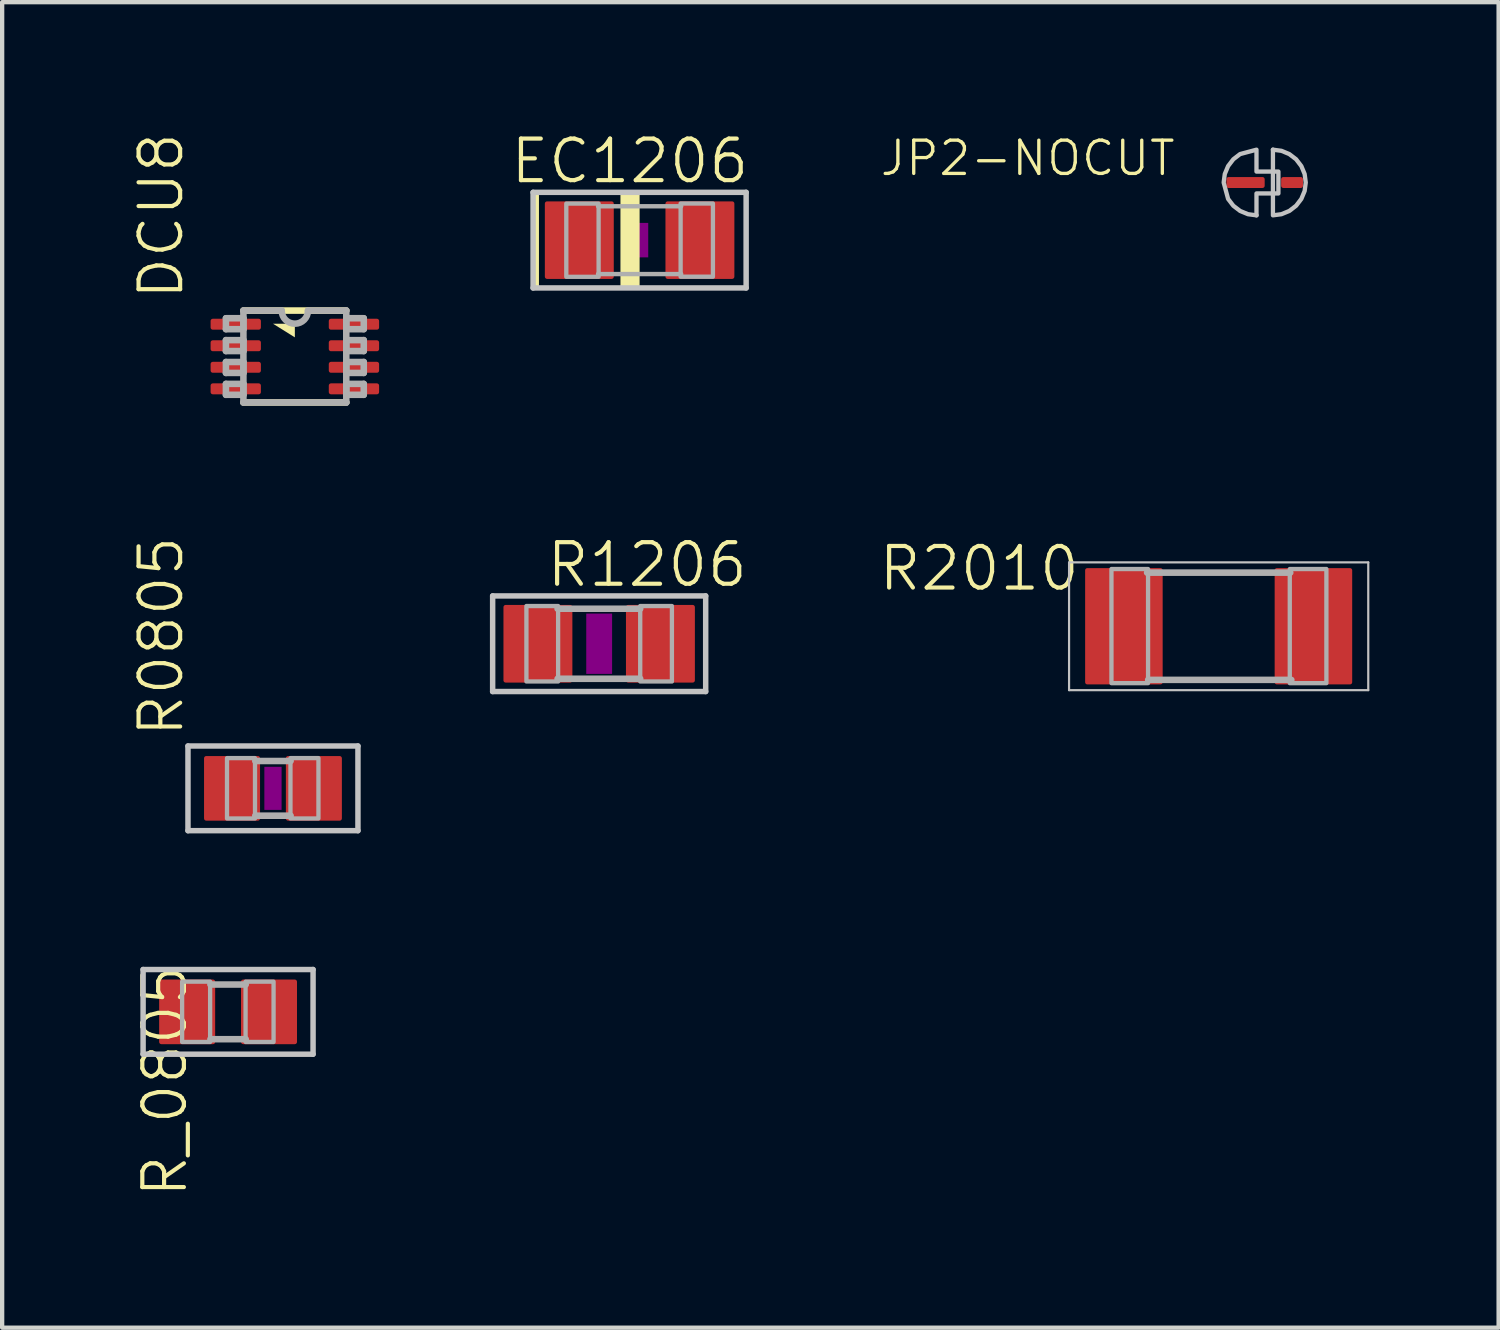
<source format=kicad_pcb>
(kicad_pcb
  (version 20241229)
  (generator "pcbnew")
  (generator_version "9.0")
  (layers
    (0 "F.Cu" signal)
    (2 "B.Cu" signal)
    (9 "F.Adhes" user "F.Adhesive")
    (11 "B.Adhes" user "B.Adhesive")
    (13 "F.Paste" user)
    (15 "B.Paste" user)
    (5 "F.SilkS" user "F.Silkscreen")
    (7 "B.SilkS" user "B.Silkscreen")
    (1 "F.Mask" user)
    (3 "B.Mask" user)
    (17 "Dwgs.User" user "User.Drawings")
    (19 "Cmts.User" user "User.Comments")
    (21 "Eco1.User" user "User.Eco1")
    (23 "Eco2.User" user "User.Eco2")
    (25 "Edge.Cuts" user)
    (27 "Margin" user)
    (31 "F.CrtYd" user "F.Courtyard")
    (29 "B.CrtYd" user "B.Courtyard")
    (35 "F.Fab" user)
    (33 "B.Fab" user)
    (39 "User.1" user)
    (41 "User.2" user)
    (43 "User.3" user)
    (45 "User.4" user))
  (footprint "DCU8"
    (layer "F.Cu")
    (at 3.795 5.227)
    (property "Reference" "DCU8" (at -2.54 -1.27 270) (layer "F.SilkS") (effects (font (size 0.965 0.965) (thickness 0.097)) (justify left bottom)))
    (attr through_hole)
    (fp_line (start -1.194 1.067) (end 1.194 1.067) (stroke (width 0.152) (type solid)) (layer "F.SilkS"))
    (fp_line (start 1.194 -1.067) (end -1.194 -1.067) (stroke (width 0.152) (type solid)) (layer "F.SilkS"))
    (fp_poly (pts (xy -0.508 -0.762) (xy 0 -0.762) (xy 0 -0.445)) (stroke (width 0) (type solid)) (fill yes) (layer "F.SilkS"))
    (fp_line (start -1.6 -0.889) (end -1.6 -0.635) (stroke (width 0.152) (type solid)) (layer "F.Fab"))
    (fp_line (start -1.6 -0.635) (end -1.194 -0.635) (stroke (width 0.152) (type solid)) (layer "F.Fab"))
    (fp_line (start -1.6 -0.381) (end -1.6 -0.127) (stroke (width 0.152) (type solid)) (layer "F.Fab"))
    (fp_line (start -1.6 -0.127) (end -1.194 -0.127) (stroke (width 0.152) (type solid)) (layer "F.Fab"))
    (fp_line (start -1.6 0.127) (end -1.6 0.381) (stroke (width 0.152) (type solid)) (layer "F.Fab"))
    (fp_line (start -1.6 0.381) (end -1.194 0.381) (stroke (width 0.152) (type solid)) (layer "F.Fab"))
    (fp_line (start -1.6 0.635) (end -1.6 0.889) (stroke (width 0.152) (type solid)) (layer "F.Fab"))
    (fp_line (start -1.6 0.889) (end -1.194 0.889) (stroke (width 0.152) (type solid)) (layer "F.Fab"))
    (fp_line (start -1.194 -1.067) (end -1.194 1.067) (stroke (width 0.152) (type solid)) (layer "F.Fab"))
    (fp_line (start -1.194 -0.889) (end -1.6 -0.889) (stroke (width 0.152) (type solid)) (layer "F.Fab"))
    (fp_line (start -1.194 -0.635) (end -1.194 -0.889) (stroke (width 0.152) (type solid)) (layer "F.Fab"))
    (fp_line (start -1.194 -0.381) (end -1.6 -0.381) (stroke (width 0.152) (type solid)) (layer "F.Fab"))
    (fp_line (start -1.194 -0.127) (end -1.194 -0.381) (stroke (width 0.152) (type solid)) (layer "F.Fab"))
    (fp_line (start -1.194 0.127) (end -1.6 0.127) (stroke (width 0.152) (type solid)) (layer "F.Fab"))
    (fp_line (start -1.194 0.381) (end -1.194 0.127) (stroke (width 0.152) (type solid)) (layer "F.Fab"))
    (fp_line (start -1.194 0.635) (end -1.6 0.635) (stroke (width 0.152) (type solid)) (layer "F.Fab"))
    (fp_line (start -1.194 0.889) (end -1.194 0.635) (stroke (width 0.152) (type solid)) (layer "F.Fab"))
    (fp_line (start -1.194 1.067) (end 1.194 1.067) (stroke (width 0.152) (type solid)) (layer "F.Fab"))
    (fp_line (start -0.305 -1.067) (end -1.194 -1.067) (stroke (width 0.152) (type solid)) (layer "F.Fab"))
    (fp_line (start 1.194 -1.067) (end 0.305 -1.067) (stroke (width 0.152) (type solid)) (layer "F.Fab"))
    (fp_line (start 1.194 -0.889) (end 1.194 -0.635) (stroke (width 0.152) (type solid)) (layer "F.Fab"))
    (fp_line (start 1.194 -0.635) (end 1.6 -0.635) (stroke (width 0.152) (type solid)) (layer "F.Fab"))
    (fp_line (start 1.194 -0.381) (end 1.194 -0.127) (stroke (width 0.152) (type solid)) (layer "F.Fab"))
    (fp_line (start 1.194 -0.127) (end 1.6 -0.127) (stroke (width 0.152) (type solid)) (layer "F.Fab"))
    (fp_line (start 1.194 0.127) (end 1.194 0.381) (stroke (width 0.152) (type solid)) (layer "F.Fab"))
    (fp_line (start 1.194 0.381) (end 1.6 0.381) (stroke (width 0.152) (type solid)) (layer "F.Fab"))
    (fp_line (start 1.194 0.635) (end 1.194 0.889) (stroke (width 0.152) (type solid)) (layer "F.Fab"))
    (fp_line (start 1.194 0.889) (end 1.6 0.889) (stroke (width 0.152) (type solid)) (layer "F.Fab"))
    (fp_line (start 1.194 1.067) (end 1.194 -1.067) (stroke (width 0.152) (type solid)) (layer "F.Fab"))
    (fp_line (start 1.6 -0.889) (end 1.194 -0.889) (stroke (width 0.152) (type solid)) (layer "F.Fab"))
    (fp_line (start 1.6 -0.635) (end 1.6 -0.889) (stroke (width 0.152) (type solid)) (layer "F.Fab"))
    (fp_line (start 1.6 -0.381) (end 1.194 -0.381) (stroke (width 0.152) (type solid)) (layer "F.Fab"))
    (fp_line (start 1.6 -0.127) (end 1.6 -0.381) (stroke (width 0.152) (type solid)) (layer "F.Fab"))
    (fp_line (start 1.6 0.127) (end 1.194 0.127) (stroke (width 0.152) (type solid)) (layer "F.Fab"))
    (fp_line (start 1.6 0.381) (end 1.6 0.127) (stroke (width 0.152) (type solid)) (layer "F.Fab"))
    (fp_line (start 1.6 0.635) (end 1.194 0.635) (stroke (width 0.152) (type solid)) (layer "F.Fab"))
    (fp_line (start 1.6 0.889) (end 1.6 0.635) (stroke (width 0.152) (type solid)) (layer "F.Fab"))
    (fp_arc (start 0.3048 -1.0668) (mid 0 -0.762) (end -0.3048 -1.0668) (stroke (width 0.1524) (type solid)) (layer "F.Fab"))
    (pad "1" smd roundrect (at -1.372 -0.75) (size 1.168 0.254) (layers "F.Cu" "F.Mask" "F.Paste") (roundrect_rratio 0.2))
    (pad "2" smd roundrect (at -1.372 -0.25) (size 1.168 0.254) (layers "F.Cu" "F.Mask" "F.Paste") (roundrect_rratio 0.2))
    (pad "3" smd roundrect (at -1.372 0.25) (size 1.168 0.254) (layers "F.Cu" "F.Mask" "F.Paste") (roundrect_rratio 0.2))
    (pad "4" smd roundrect (at -1.372 0.75) (size 1.168 0.254) (layers "F.Cu" "F.Mask" "F.Paste") (roundrect_rratio 0.2))
    (pad "5" smd roundrect (at 1.372 0.75) (size 1.168 0.254) (layers "F.Cu" "F.Mask" "F.Paste") (roundrect_rratio 0.2))
    (pad "6" smd roundrect (at 1.372 0.25) (size 1.168 0.254) (layers "F.Cu" "F.Mask" "F.Paste") (roundrect_rratio 0.2))
    (pad "7" smd roundrect (at 1.372 -0.25) (size 1.168 0.254) (layers "F.Cu" "F.Mask" "F.Paste") (roundrect_rratio 0.2))
    (pad "8" smd roundrect (at 1.372 -0.75) (size 1.168 0.254) (layers "F.Cu" "F.Mask" "F.Paste") (roundrect_rratio 0.2)))
  (footprint "R0805"
    (layer "F.Cu")
    (at 3.287 15.252)
    (property "Reference" "R0805" (at -2.032 -1.143 90) (layer "F.SilkS") (effects (font (size 0.965 0.965) (thickness 0.097)) (justify left bottom)))
    (attr through_hole)
    (fp_poly (pts (xy -0.2 0.5) (xy 0.2 0.5) (xy 0.2 -0.5) (xy -0.2 -0.5)) (stroke (width 0) (type solid)) (fill yes) (layer "F.Adhes"))
    (fp_line (start -1.973 -0.983) (end 1.973 -0.983) (stroke (width 0.127) (type solid)) (layer "Dwgs.User"))
    (fp_line (start -1.973 0.983) (end -1.973 -0.983) (stroke (width 0.127) (type solid)) (layer "Dwgs.User"))
    (fp_line (start 1.973 -0.983) (end 1.973 0.983) (stroke (width 0.127) (type solid)) (layer "Dwgs.User"))
    (fp_line (start 1.973 0.983) (end -1.973 0.983) (stroke (width 0.127) (type solid)) (layer "Dwgs.User"))
    (fp_line (start -0.41 -0.635) (end 0.41 -0.635) (stroke (width 0.152) (type solid)) (layer "F.Fab"))
    (fp_line (start -0.41 0.635) (end 0.41 0.635) (stroke (width 0.152) (type solid)) (layer "F.Fab"))
    (fp_poly (pts (xy -1.067 0.699) (xy -0.417 0.699) (xy -0.417 -0.702) (xy -1.067 -0.702)) (stroke (width 0.1) (type solid)) (fill no) (layer "F.Fab"))
    (fp_poly (pts (xy 0.406 0.699) (xy 1.056 0.699) (xy 1.056 -0.702) (xy 0.406 -0.702)) (stroke (width 0.1) (type solid)) (fill no) (layer "F.Fab"))
    (pad "1" smd roundrect (at -0.95 0) (size 1.3 1.5) (layers "F.Cu" "F.Mask" "F.Paste") (roundrect_rratio 0.039))
    (pad "2" smd roundrect (at 0.95 0) (size 1.3 1.5) (layers "F.Cu" "F.Mask" "F.Paste") (roundrect_rratio 0.039)))
  (footprint "JP2-NOCUT"
    (layer "F.Cu")
    (at 26.311 1.187)
    (property "Reference" "JP2-NOCUT" (at -2.032 -1.016 0) (layer "F.SilkS") (effects (font (size 0.772 0.772) (thickness 0.077)) (justify right top)))
    (attr through_hole)
    (fp_poly (pts (xy 0 -0.889) (xy -0.191 -0.889) (xy -0.19 -0.889) (xy -0.421 -0.859) (xy -0.635 -0.77) (xy -0.819 -0.629) (xy -0.96 -0.445) (xy -1.049 -0.23) (xy -1.079 0) (xy -1.079 -0.000001) (xy -1.049 0.23) (xy -0.96 0.445) (xy -0.819 0.629) (xy -0.635 0.77) (xy -0.191 0.889) (xy 0 0.889)) (stroke (width 0) (type solid)) (fill yes) (layer "F.Mask"))
    (fp_poly (pts (xy 0 0.889) (xy 0.191 0.889) (xy 0.19 0.889) (xy 0.421 0.859) (xy 0.635 0.77) (xy 0.819 0.629) (xy 0.96 0.445) (xy 1.049 0.23) (xy 1.079 0) (xy 1.079 0.000001) (xy 1.049 -0.23) (xy 0.96 -0.445) (xy 0.819 -0.629) (xy 0.635 -0.77) (xy 0.421 -0.859) (xy 0.191 -0.889) (xy 0 -0.889)) (stroke (width 0) (type solid)) (fill yes) (layer "F.Mask"))
    (fp_poly (pts (xy 0.191 0.762) (xy 0.191 -0.762) (xy 0.19 -0.762) (xy 0.388 -0.736) (xy 0.571 -0.66) (xy 0.729 -0.539) (xy 0.85 -0.381) (xy 0.927 -0.197) (xy 0.953 0) (xy 0.953 -0.000001) (xy 0.927 0.197) (xy 0.85 0.381) (xy 0.729 0.539) (xy 0.572 0.66) (xy 0.388 0.736)) (stroke (width 0.1) (type solid)) (fill no) (layer "Dwgs.User"))
    (fp_poly (pts (xy -0.191 -0.762) (xy -0.191 -0.254) (xy 0.318 -0.254) (xy 0.318 0.254) (xy -0.191 0.254) (xy -0.191 0.762) (xy -0.19 0.762) (xy -0.388 0.736) (xy -0.571 0.66) (xy -0.729 0.539) (xy -0.85 0.381) (xy -0.953 0) (xy -0.953 0.000001) (xy -0.927 -0.197) (xy -0.85 -0.381) (xy -0.729 -0.539) (xy -0.572 -0.66)) (stroke (width 0.1) (type solid)) (fill no) (layer "Dwgs.User"))
    (pad "1" smd roundrect (at -0.445 0) (size 0.889 0.254) (layers "F.Cu" "F.Mask") (roundrect_rratio 0.2))
    (pad "2" smd roundrect (at 0.635 0) (size 0.508 0.254) (layers "F.Cu" "F.Mask") (roundrect_rratio 0.2)))
  (footprint "EC1206"
    (layer "F.Cu")
    (at 11.799 2.525)
    (property "Reference" "EC1206" (at -3.048 -1.27 0) (layer "F.SilkS") (effects (font (size 0.965 0.965) (thickness 0.097)) (justify left bottom)))
    (attr through_hole)
    (fp_poly (pts (xy -2.489 1.143) (xy -2.337 1.143) (xy -2.337 -1.143) (xy -2.489 -1.143)) (stroke (width 0) (type solid)) (fill yes) (layer "F.SilkS"))
    (fp_poly (pts (xy -0.445 1.143) (xy 0 1.143) (xy 0 -1.143) (xy -0.445 -1.143)) (stroke (width 0) (type solid)) (fill yes) (layer "F.SilkS"))
    (fp_poly (pts (xy -0.2 0.4) (xy 0.2 0.4) (xy 0.2 -0.4) (xy -0.2 -0.4)) (stroke (width 0) (type solid)) (fill yes) (layer "F.Adhes"))
    (fp_line (start -2.473 -1.11) (end 2.473 -1.11) (stroke (width 0.127) (type solid)) (layer "Dwgs.User"))
    (fp_line (start -2.473 1.11) (end -2.473 -1.11) (stroke (width 0.127) (type solid)) (layer "Dwgs.User"))
    (fp_line (start 2.473 -1.11) (end 2.473 1.11) (stroke (width 0.127) (type solid)) (layer "Dwgs.User"))
    (fp_line (start 2.473 1.11) (end -2.473 1.11) (stroke (width 0.127) (type solid)) (layer "Dwgs.User"))
    (fp_line (start -0.965 -0.787) (end 0.965 -0.787) (stroke (width 0.102) (type solid)) (layer "F.Fab"))
    (fp_line (start -0.965 0.787) (end 0.965 0.787) (stroke (width 0.102) (type solid)) (layer "F.Fab"))
    (fp_poly (pts (xy -1.702 0.851) (xy -0.952 0.851) (xy -0.952 -0.849) (xy -1.702 -0.849)) (stroke (width 0.1) (type solid)) (fill no) (layer "F.Fab"))
    (fp_poly (pts (xy 0.952 0.849) (xy 1.702 0.849) (xy 1.702 -0.851) (xy 0.952 -0.851)) (stroke (width 0.1) (type solid)) (fill no) (layer "F.Fab"))
    (pad "+" smd roundrect (at -1.4 0) (size 1.6 1.8) (layers "F.Cu" "F.Mask" "F.Paste") (roundrect_rratio 0.032))
    (pad "-" smd roundrect (at 1.4 0) (size 1.6 1.8) (layers "F.Cu" "F.Mask" "F.Paste") (roundrect_rratio 0.032)))
  (footprint "R_0805"
    (layer "F.Cu")
    (at 2.245 20.441)
    (property "Reference" "R_0805" (at -2.032 -1.143 270) (layer "F.SilkS") (effects (font (size 0.965 0.965) (thickness 0.097)) (justify right top)))
    (attr through_hole)
    (fp_line (start -1.973 -0.983) (end 1.973 -0.983) (stroke (width 0.127) (type solid)) (layer "Dwgs.User"))
    (fp_line (start -1.973 0.983) (end -1.973 -0.983) (stroke (width 0.127) (type solid)) (layer "Dwgs.User"))
    (fp_line (start 1.973 -0.983) (end 1.973 0.983) (stroke (width 0.127) (type solid)) (layer "Dwgs.User"))
    (fp_line (start 1.973 0.983) (end -1.973 0.983) (stroke (width 0.127) (type solid)) (layer "Dwgs.User"))
    (fp_line (start -0.41 -0.635) (end 0.41 -0.635) (stroke (width 0.152) (type solid)) (layer "F.Fab"))
    (fp_line (start -0.41 0.635) (end 0.41 0.635) (stroke (width 0.152) (type solid)) (layer "F.Fab"))
    (fp_poly (pts (xy -1.067 0.699) (xy -0.417 0.699) (xy -0.417 -0.702) (xy -1.067 -0.702)) (stroke (width 0.1) (type solid)) (fill no) (layer "F.Fab"))
    (fp_poly (pts (xy 0.406 0.699) (xy 1.056 0.699) (xy 1.056 -0.702) (xy 0.406 -0.702)) (stroke (width 0.1) (type solid)) (fill no) (layer "F.Fab"))
    (pad "1" smd roundrect (at -0.95 0) (size 1.3 1.5) (layers "F.Cu" "F.Mask" "F.Paste") (roundrect_rratio 0.039))
    (pad "2" smd roundrect (at 0.95 0) (size 1.3 1.5) (layers "F.Cu" "F.Mask" "F.Paste") (roundrect_rratio 0.039)))
  (footprint "R1206"
    (layer "F.Cu")
    (at 10.86 11.895)
    (property "Reference" "R1206" (at -1.27 -1.27 0) (layer "F.SilkS") (effects (font (size 0.965 0.965) (thickness 0.097)) (justify left bottom)))
    (attr through_hole)
    (fp_poly (pts (xy -0.3 0.7) (xy 0.3 0.7) (xy 0.3 -0.7) (xy -0.3 -0.7)) (stroke (width 0) (type solid)) (fill yes) (layer "F.Adhes"))
    (fp_line (start -2.473 -1.11) (end 2.473 -1.11) (stroke (width 0.127) (type solid)) (layer "Dwgs.User"))
    (fp_line (start -2.473 1.11) (end -2.473 -1.11) (stroke (width 0.127) (type solid)) (layer "Dwgs.User"))
    (fp_line (start 2.473 -1.11) (end 2.473 1.11) (stroke (width 0.127) (type solid)) (layer "Dwgs.User"))
    (fp_line (start 2.473 1.11) (end -2.473 1.11) (stroke (width 0.127) (type solid)) (layer "Dwgs.User"))
    (fp_line (start 0.953 -0.813) (end -0.965 -0.813) (stroke (width 0.152) (type solid)) (layer "F.Fab"))
    (fp_line (start 0.953 0.813) (end -0.965 0.813) (stroke (width 0.152) (type solid)) (layer "F.Fab"))
    (fp_poly (pts (xy -1.689 0.876) (xy -0.953 0.876) (xy -0.953 -0.876) (xy -1.689 -0.876)) (stroke (width 0.1) (type solid)) (fill no) (layer "F.Fab"))
    (fp_poly (pts (xy 0.953 0.876) (xy 1.689 0.876) (xy 1.689 -0.876) (xy 0.953 -0.876)) (stroke (width 0.1) (type solid)) (fill no) (layer "F.Fab"))
    (pad "1" smd roundrect (at -1.422 0) (size 1.6 1.803) (layers "F.Cu" "F.Mask" "F.Paste") (roundrect_rratio 0.032))
    (pad "2" smd roundrect (at 1.422 0) (size 1.6 1.803) (layers "F.Cu" "F.Mask" "F.Paste") (roundrect_rratio 0.032)))
  (footprint "R2010"
    (layer "F.Cu")
    (at 25.242 11.489)
    (property "Reference" "R2010" (at -3.175 -1.905 0) (layer "F.SilkS") (effects (font (size 0.965 0.965) (thickness 0.097)) (justify right top)))
    (attr through_hole)
    (fp_line (start -3.473 -1.483) (end 3.473 -1.483) (stroke (width 0.051) (type solid)) (layer "Dwgs.User"))
    (fp_line (start -3.473 1.483) (end -3.473 -1.483) (stroke (width 0.051) (type solid)) (layer "Dwgs.User"))
    (fp_line (start 3.473 -1.483) (end 3.473 1.483) (stroke (width 0.051) (type solid)) (layer "Dwgs.User"))
    (fp_line (start 3.473 1.483) (end -3.473 1.483) (stroke (width 0.051) (type solid)) (layer "Dwgs.User"))
    (fp_line (start -1.662 -1.245) (end 1.662 -1.245) (stroke (width 0.152) (type solid)) (layer "F.Fab"))
    (fp_line (start -1.637 1.245) (end 1.687 1.245) (stroke (width 0.152) (type solid)) (layer "F.Fab"))
    (fp_poly (pts (xy -2.489 1.321) (xy -1.639 1.321) (xy -1.639 -1.329) (xy -2.489 -1.329)) (stroke (width 0.1) (type solid)) (fill no) (layer "F.Fab"))
    (fp_poly (pts (xy 1.651 1.321) (xy 2.501 1.321) (xy 2.501 -1.329) (xy 1.651 -1.329)) (stroke (width 0.1) (type solid)) (fill no) (layer "F.Fab"))
    (pad "1" smd roundrect (at -2.2 0) (size 1.8 2.7) (layers "F.Cu" "F.Mask" "F.Paste") (roundrect_rratio 0.028))
    (pad "2" smd roundrect (at 2.2 0) (size 1.8 2.7) (layers "F.Cu" "F.Mask" "F.Paste") (roundrect_rratio 0.028)))
  (gr_rect
    (start -3 -3)
    (end 31.741 27.773)
    (stroke (width 0.1) (type default))
    (fill no)
    (layer "Edge.Cuts")))
</source>
